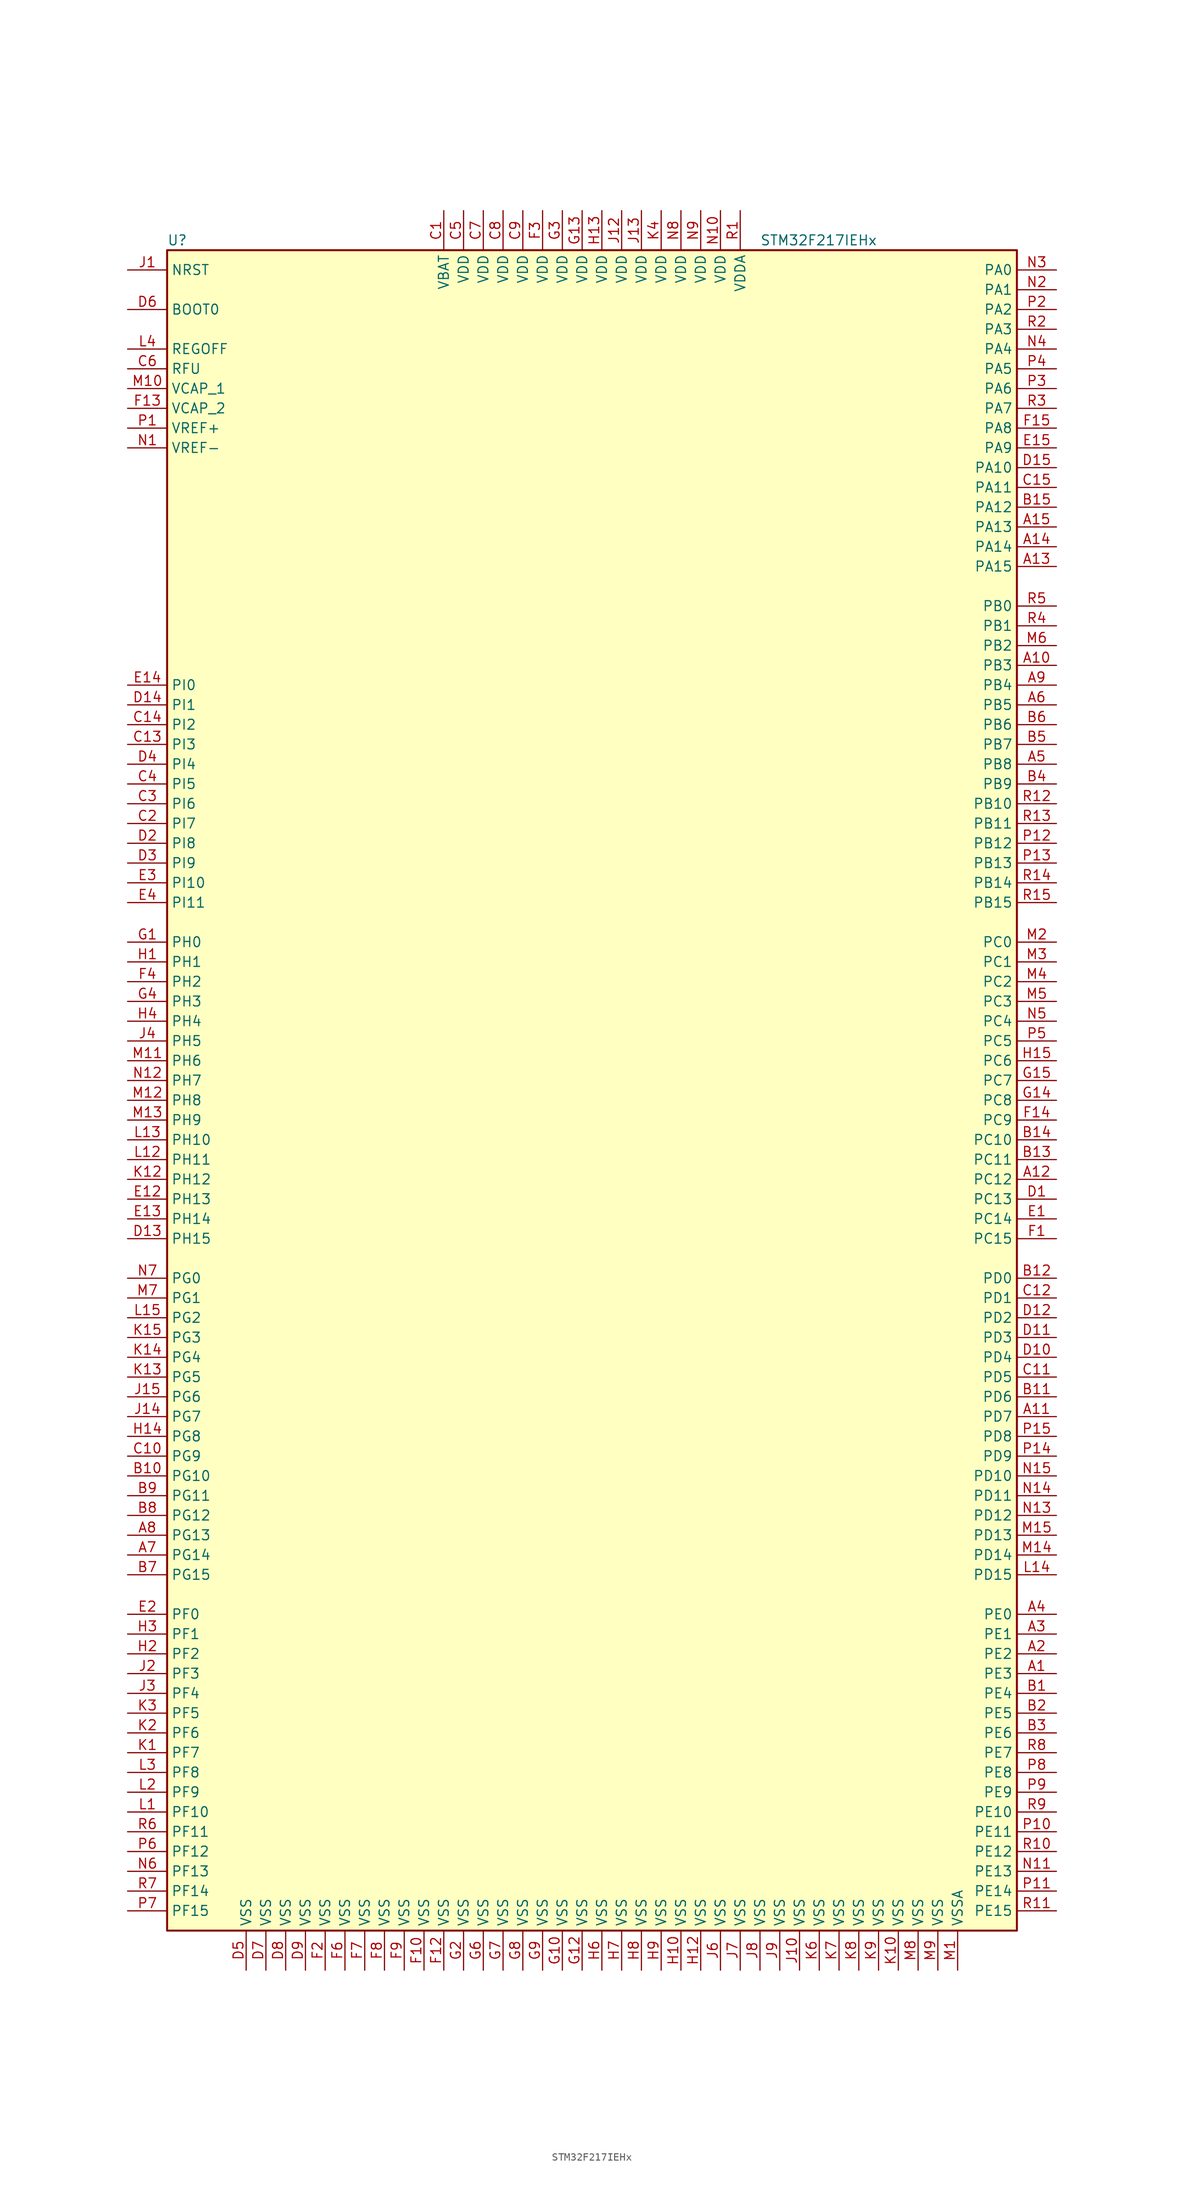
<source format=kicad_sym>
(kicad_symbol_lib
  (version 20201005)
  (generator kicad_symbol_editor)
  (symbol "STM32F217IEHx"
    (property "Reference" "U"
      (at -55.88 107.95 0)
      (effects (font (size 1.27 1.27)) (justify left)))
    (property "Value" "STM32F217IEHx"
      (at 20.32 107.95 0)
      (effects (font (size 1.27 1.27)) (justify left)))
    (symbol "STM32F217IEHx_0_1"
      (rectangle (start -55.88 -109.22) (end 53.34 106.68) (stroke (width 0.254)) (fill (type background))))
    (symbol "STM32F217IEHx_1_1"
      (pin bidirectional line (at 58.42 -76.2 180) (length 5.08) (name "PE3" (effects (font (size 1.27 1.27)))) (number "A1" (effects (font (size 1.27 1.27)))))
      (pin bidirectional line (at 58.42 53.34 180) (length 5.08) (name "PB3" (effects (font (size 1.27 1.27)))) (number "A10" (effects (font (size 1.27 1.27)))))
      (pin bidirectional line (at 58.42 -43.18 180) (length 5.08) (name "PD7" (effects (font (size 1.27 1.27)))) (number "A11" (effects (font (size 1.27 1.27)))))
      (pin bidirectional line (at 58.42 -12.7 180) (length 5.08) (name "PC12" (effects (font (size 1.27 1.27)))) (number "A12" (effects (font (size 1.27 1.27)))))
      (pin bidirectional line (at 58.42 66.04 180) (length 5.08) (name "PA15" (effects (font (size 1.27 1.27)))) (number "A13" (effects (font (size 1.27 1.27)))))
      (pin bidirectional line (at 58.42 68.58 180) (length 5.08) (name "PA14" (effects (font (size 1.27 1.27)))) (number "A14" (effects (font (size 1.27 1.27)))))
      (pin bidirectional line (at 58.42 71.12 180) (length 5.08) (name "PA13" (effects (font (size 1.27 1.27)))) (number "A15" (effects (font (size 1.27 1.27)))))
      (pin bidirectional line (at 58.42 -73.66 180) (length 5.08) (name "PE2" (effects (font (size 1.27 1.27)))) (number "A2" (effects (font (size 1.27 1.27)))))
      (pin bidirectional line (at 58.42 -71.12 180) (length 5.08) (name "PE1" (effects (font (size 1.27 1.27)))) (number "A3" (effects (font (size 1.27 1.27)))))
      (pin bidirectional line (at 58.42 -68.58 180) (length 5.08) (name "PE0" (effects (font (size 1.27 1.27)))) (number "A4" (effects (font (size 1.27 1.27)))))
      (pin bidirectional line (at 58.42 40.64 180) (length 5.08) (name "PB8" (effects (font (size 1.27 1.27)))) (number "A5" (effects (font (size 1.27 1.27)))))
      (pin bidirectional line (at 58.42 48.26 180) (length 5.08) (name "PB5" (effects (font (size 1.27 1.27)))) (number "A6" (effects (font (size 1.27 1.27)))))
      (pin bidirectional line (at -60.96 -60.96 0) (length 5.08) (name "PG14" (effects (font (size 1.27 1.27)))) (number "A7" (effects (font (size 1.27 1.27)))))
      (pin bidirectional line (at -60.96 -58.42 0) (length 5.08) (name "PG13" (effects (font (size 1.27 1.27)))) (number "A8" (effects (font (size 1.27 1.27)))))
      (pin bidirectional line (at 58.42 50.8 180) (length 5.08) (name "PB4" (effects (font (size 1.27 1.27)))) (number "A9" (effects (font (size 1.27 1.27)))))
      (pin bidirectional line (at 58.42 -78.74 180) (length 5.08) (name "PE4" (effects (font (size 1.27 1.27)))) (number "B1" (effects (font (size 1.27 1.27)))))
      (pin bidirectional line (at -60.96 -50.8 0) (length 5.08) (name "PG10" (effects (font (size 1.27 1.27)))) (number "B10" (effects (font (size 1.27 1.27)))))
      (pin bidirectional line (at 58.42 -40.64 180) (length 5.08) (name "PD6" (effects (font (size 1.27 1.27)))) (number "B11" (effects (font (size 1.27 1.27)))))
      (pin bidirectional line (at 58.42 -25.4 180) (length 5.08) (name "PD0" (effects (font (size 1.27 1.27)))) (number "B12" (effects (font (size 1.27 1.27)))))
      (pin bidirectional line (at 58.42 -10.16 180) (length 5.08) (name "PC11" (effects (font (size 1.27 1.27)))) (number "B13" (effects (font (size 1.27 1.27)))))
      (pin bidirectional line (at 58.42 -7.62 180) (length 5.08) (name "PC10" (effects (font (size 1.27 1.27)))) (number "B14" (effects (font (size 1.27 1.27)))))
      (pin bidirectional line (at 58.42 73.66 180) (length 5.08) (name "PA12" (effects (font (size 1.27 1.27)))) (number "B15" (effects (font (size 1.27 1.27)))))
      (pin bidirectional line (at 58.42 -81.28 180) (length 5.08) (name "PE5" (effects (font (size 1.27 1.27)))) (number "B2" (effects (font (size 1.27 1.27)))))
      (pin bidirectional line (at 58.42 -83.82 180) (length 5.08) (name "PE6" (effects (font (size 1.27 1.27)))) (number "B3" (effects (font (size 1.27 1.27)))))
      (pin bidirectional line (at 58.42 38.1 180) (length 5.08) (name "PB9" (effects (font (size 1.27 1.27)))) (number "B4" (effects (font (size 1.27 1.27)))))
      (pin bidirectional line (at 58.42 43.18 180) (length 5.08) (name "PB7" (effects (font (size 1.27 1.27)))) (number "B5" (effects (font (size 1.27 1.27)))))
      (pin bidirectional line (at 58.42 45.72 180) (length 5.08) (name "PB6" (effects (font (size 1.27 1.27)))) (number "B6" (effects (font (size 1.27 1.27)))))
      (pin bidirectional line (at -60.96 -63.5 0) (length 5.08) (name "PG15" (effects (font (size 1.27 1.27)))) (number "B7" (effects (font (size 1.27 1.27)))))
      (pin bidirectional line (at -60.96 -55.88 0) (length 5.08) (name "PG12" (effects (font (size 1.27 1.27)))) (number "B8" (effects (font (size 1.27 1.27)))))
      (pin bidirectional line (at -60.96 -53.34 0) (length 5.08) (name "PG11" (effects (font (size 1.27 1.27)))) (number "B9" (effects (font (size 1.27 1.27)))))
      (pin power_in line (at -20.32 111.76 270) (length 5.08) (name "VBAT" (effects (font (size 1.27 1.27)))) (number "C1" (effects (font (size 1.27 1.27)))))
      (pin bidirectional line (at -60.96 -48.26 0) (length 5.08) (name "PG9" (effects (font (size 1.27 1.27)))) (number "C10" (effects (font (size 1.27 1.27)))))
      (pin bidirectional line (at 58.42 -38.1 180) (length 5.08) (name "PD5" (effects (font (size 1.27 1.27)))) (number "C11" (effects (font (size 1.27 1.27)))))
      (pin bidirectional line (at 58.42 -27.94 180) (length 5.08) (name "PD1" (effects (font (size 1.27 1.27)))) (number "C12" (effects (font (size 1.27 1.27)))))
      (pin bidirectional line (at -60.96 43.18 0) (length 5.08) (name "PI3" (effects (font (size 1.27 1.27)))) (number "C13" (effects (font (size 1.27 1.27)))))
      (pin bidirectional line (at -60.96 45.72 0) (length 5.08) (name "PI2" (effects (font (size 1.27 1.27)))) (number "C14" (effects (font (size 1.27 1.27)))))
      (pin bidirectional line (at 58.42 76.2 180) (length 5.08) (name "PA11" (effects (font (size 1.27 1.27)))) (number "C15" (effects (font (size 1.27 1.27)))))
      (pin bidirectional line (at -60.96 33.02 0) (length 5.08) (name "PI7" (effects (font (size 1.27 1.27)))) (number "C2" (effects (font (size 1.27 1.27)))))
      (pin bidirectional line (at -60.96 35.56 0) (length 5.08) (name "PI6" (effects (font (size 1.27 1.27)))) (number "C3" (effects (font (size 1.27 1.27)))))
      (pin bidirectional line (at -60.96 38.1 0) (length 5.08) (name "PI5" (effects (font (size 1.27 1.27)))) (number "C4" (effects (font (size 1.27 1.27)))))
      (pin power_in line (at -17.78 111.76 270) (length 5.08) (name "VDD" (effects (font (size 1.27 1.27)))) (number "C5" (effects (font (size 1.27 1.27)))))
      (pin power_in line (at -60.96 91.44 0) (length 5.08) (name "RFU" (effects (font (size 1.27 1.27)))) (number "C6" (effects (font (size 1.27 1.27)))))
      (pin power_in line (at -15.24 111.76 270) (length 5.08) (name "VDD" (effects (font (size 1.27 1.27)))) (number "C7" (effects (font (size 1.27 1.27)))))
      (pin power_in line (at -12.7 111.76 270) (length 5.08) (name "VDD" (effects (font (size 1.27 1.27)))) (number "C8" (effects (font (size 1.27 1.27)))))
      (pin power_in line (at -10.16 111.76 270) (length 5.08) (name "VDD" (effects (font (size 1.27 1.27)))) (number "C9" (effects (font (size 1.27 1.27)))))
      (pin bidirectional line (at 58.42 -15.24 180) (length 5.08) (name "PC13" (effects (font (size 1.27 1.27)))) (number "D1" (effects (font (size 1.27 1.27)))))
      (pin bidirectional line (at 58.42 -35.56 180) (length 5.08) (name "PD4" (effects (font (size 1.27 1.27)))) (number "D10" (effects (font (size 1.27 1.27)))))
      (pin bidirectional line (at 58.42 -33.02 180) (length 5.08) (name "PD3" (effects (font (size 1.27 1.27)))) (number "D11" (effects (font (size 1.27 1.27)))))
      (pin bidirectional line (at 58.42 -30.48 180) (length 5.08) (name "PD2" (effects (font (size 1.27 1.27)))) (number "D12" (effects (font (size 1.27 1.27)))))
      (pin bidirectional line (at -60.96 -20.32 0) (length 5.08) (name "PH15" (effects (font (size 1.27 1.27)))) (number "D13" (effects (font (size 1.27 1.27)))))
      (pin bidirectional line (at -60.96 48.26 0) (length 5.08) (name "PI1" (effects (font (size 1.27 1.27)))) (number "D14" (effects (font (size 1.27 1.27)))))
      (pin bidirectional line (at 58.42 78.74 180) (length 5.08) (name "PA10" (effects (font (size 1.27 1.27)))) (number "D15" (effects (font (size 1.27 1.27)))))
      (pin bidirectional line (at -60.96 30.48 0) (length 5.08) (name "PI8" (effects (font (size 1.27 1.27)))) (number "D2" (effects (font (size 1.27 1.27)))))
      (pin bidirectional line (at -60.96 27.94 0) (length 5.08) (name "PI9" (effects (font (size 1.27 1.27)))) (number "D3" (effects (font (size 1.27 1.27)))))
      (pin bidirectional line (at -60.96 40.64 0) (length 5.08) (name "PI4" (effects (font (size 1.27 1.27)))) (number "D4" (effects (font (size 1.27 1.27)))))
      (pin power_in line (at -45.72 -114.3 90) (length 5.08) (name "VSS" (effects (font (size 1.27 1.27)))) (number "D5" (effects (font (size 1.27 1.27)))))
      (pin input line (at -60.96 99.06 0) (length 5.08) (name "BOOT0" (effects (font (size 1.27 1.27)))) (number "D6" (effects (font (size 1.27 1.27)))))
      (pin power_in line (at -43.18 -114.3 90) (length 5.08) (name "VSS" (effects (font (size 1.27 1.27)))) (number "D7" (effects (font (size 1.27 1.27)))))
      (pin power_in line (at -40.64 -114.3 90) (length 5.08) (name "VSS" (effects (font (size 1.27 1.27)))) (number "D8" (effects (font (size 1.27 1.27)))))
      (pin power_in line (at -38.1 -114.3 90) (length 5.08) (name "VSS" (effects (font (size 1.27 1.27)))) (number "D9" (effects (font (size 1.27 1.27)))))
      (pin bidirectional line (at 58.42 -17.78 180) (length 5.08) (name "PC14" (effects (font (size 1.27 1.27)))) (number "E1" (effects (font (size 1.27 1.27)))))
      (pin bidirectional line (at -60.96 -15.24 0) (length 5.08) (name "PH13" (effects (font (size 1.27 1.27)))) (number "E12" (effects (font (size 1.27 1.27)))))
      (pin bidirectional line (at -60.96 -17.78 0) (length 5.08) (name "PH14" (effects (font (size 1.27 1.27)))) (number "E13" (effects (font (size 1.27 1.27)))))
      (pin bidirectional line (at -60.96 50.8 0) (length 5.08) (name "PI0" (effects (font (size 1.27 1.27)))) (number "E14" (effects (font (size 1.27 1.27)))))
      (pin bidirectional line (at 58.42 81.28 180) (length 5.08) (name "PA9" (effects (font (size 1.27 1.27)))) (number "E15" (effects (font (size 1.27 1.27)))))
      (pin bidirectional line (at -60.96 -68.58 0) (length 5.08) (name "PF0" (effects (font (size 1.27 1.27)))) (number "E2" (effects (font (size 1.27 1.27)))))
      (pin bidirectional line (at -60.96 25.4 0) (length 5.08) (name "PI10" (effects (font (size 1.27 1.27)))) (number "E3" (effects (font (size 1.27 1.27)))))
      (pin bidirectional line (at -60.96 22.86 0) (length 5.08) (name "PI11" (effects (font (size 1.27 1.27)))) (number "E4" (effects (font (size 1.27 1.27)))))
      (pin bidirectional line (at 58.42 -20.32 180) (length 5.08) (name "PC15" (effects (font (size 1.27 1.27)))) (number "F1" (effects (font (size 1.27 1.27)))))
      (pin power_in line (at -22.86 -114.3 90) (length 5.08) (name "VSS" (effects (font (size 1.27 1.27)))) (number "F10" (effects (font (size 1.27 1.27)))))
      (pin power_in line (at -20.32 -114.3 90) (length 5.08) (name "VSS" (effects (font (size 1.27 1.27)))) (number "F12" (effects (font (size 1.27 1.27)))))
      (pin power_in line (at -60.96 86.36 0) (length 5.08) (name "VCAP_2" (effects (font (size 1.27 1.27)))) (number "F13" (effects (font (size 1.27 1.27)))))
      (pin bidirectional line (at 58.42 -5.08 180) (length 5.08) (name "PC9" (effects (font (size 1.27 1.27)))) (number "F14" (effects (font (size 1.27 1.27)))))
      (pin bidirectional line (at 58.42 83.82 180) (length 5.08) (name "PA8" (effects (font (size 1.27 1.27)))) (number "F15" (effects (font (size 1.27 1.27)))))
      (pin power_in line (at -35.56 -114.3 90) (length 5.08) (name "VSS" (effects (font (size 1.27 1.27)))) (number "F2" (effects (font (size 1.27 1.27)))))
      (pin power_in line (at -7.62 111.76 270) (length 5.08) (name "VDD" (effects (font (size 1.27 1.27)))) (number "F3" (effects (font (size 1.27 1.27)))))
      (pin bidirectional line (at -60.96 12.7 0) (length 5.08) (name "PH2" (effects (font (size 1.27 1.27)))) (number "F4" (effects (font (size 1.27 1.27)))))
      (pin power_in line (at -33.02 -114.3 90) (length 5.08) (name "VSS" (effects (font (size 1.27 1.27)))) (number "F6" (effects (font (size 1.27 1.27)))))
      (pin power_in line (at -30.48 -114.3 90) (length 5.08) (name "VSS" (effects (font (size 1.27 1.27)))) (number "F7" (effects (font (size 1.27 1.27)))))
      (pin power_in line (at -27.94 -114.3 90) (length 5.08) (name "VSS" (effects (font (size 1.27 1.27)))) (number "F8" (effects (font (size 1.27 1.27)))))
      (pin power_in line (at -25.4 -114.3 90) (length 5.08) (name "VSS" (effects (font (size 1.27 1.27)))) (number "F9" (effects (font (size 1.27 1.27)))))
      (pin input line (at -60.96 17.78 0) (length 5.08) (name "PH0" (effects (font (size 1.27 1.27)))) (number "G1" (effects (font (size 1.27 1.27)))))
      (pin power_in line (at -5.08 -114.3 90) (length 5.08) (name "VSS" (effects (font (size 1.27 1.27)))) (number "G10" (effects (font (size 1.27 1.27)))))
      (pin power_in line (at -2.54 -114.3 90) (length 5.08) (name "VSS" (effects (font (size 1.27 1.27)))) (number "G12" (effects (font (size 1.27 1.27)))))
      (pin power_in line (at -2.54 111.76 270) (length 5.08) (name "VDD" (effects (font (size 1.27 1.27)))) (number "G13" (effects (font (size 1.27 1.27)))))
      (pin bidirectional line (at 58.42 -2.54 180) (length 5.08) (name "PC8" (effects (font (size 1.27 1.27)))) (number "G14" (effects (font (size 1.27 1.27)))))
      (pin bidirectional line (at 58.42 0 180) (length 5.08) (name "PC7" (effects (font (size 1.27 1.27)))) (number "G15" (effects (font (size 1.27 1.27)))))
      (pin power_in line (at -17.78 -114.3 90) (length 5.08) (name "VSS" (effects (font (size 1.27 1.27)))) (number "G2" (effects (font (size 1.27 1.27)))))
      (pin power_in line (at -5.08 111.76 270) (length 5.08) (name "VDD" (effects (font (size 1.27 1.27)))) (number "G3" (effects (font (size 1.27 1.27)))))
      (pin bidirectional line (at -60.96 10.16 0) (length 5.08) (name "PH3" (effects (font (size 1.27 1.27)))) (number "G4" (effects (font (size 1.27 1.27)))))
      (pin power_in line (at -15.24 -114.3 90) (length 5.08) (name "VSS" (effects (font (size 1.27 1.27)))) (number "G6" (effects (font (size 1.27 1.27)))))
      (pin power_in line (at -12.7 -114.3 90) (length 5.08) (name "VSS" (effects (font (size 1.27 1.27)))) (number "G7" (effects (font (size 1.27 1.27)))))
      (pin power_in line (at -10.16 -114.3 90) (length 5.08) (name "VSS" (effects (font (size 1.27 1.27)))) (number "G8" (effects (font (size 1.27 1.27)))))
      (pin power_in line (at -7.62 -114.3 90) (length 5.08) (name "VSS" (effects (font (size 1.27 1.27)))) (number "G9" (effects (font (size 1.27 1.27)))))
      (pin input line (at -60.96 15.24 0) (length 5.08) (name "PH1" (effects (font (size 1.27 1.27)))) (number "H1" (effects (font (size 1.27 1.27)))))
      (pin power_in line (at 10.16 -114.3 90) (length 5.08) (name "VSS" (effects (font (size 1.27 1.27)))) (number "H10" (effects (font (size 1.27 1.27)))))
      (pin power_in line (at 12.7 -114.3 90) (length 5.08) (name "VSS" (effects (font (size 1.27 1.27)))) (number "H12" (effects (font (size 1.27 1.27)))))
      (pin power_in line (at 0 111.76 270) (length 5.08) (name "VDD" (effects (font (size 1.27 1.27)))) (number "H13" (effects (font (size 1.27 1.27)))))
      (pin bidirectional line (at -60.96 -45.72 0) (length 5.08) (name "PG8" (effects (font (size 1.27 1.27)))) (number "H14" (effects (font (size 1.27 1.27)))))
      (pin bidirectional line (at 58.42 2.54 180) (length 5.08) (name "PC6" (effects (font (size 1.27 1.27)))) (number "H15" (effects (font (size 1.27 1.27)))))
      (pin bidirectional line (at -60.96 -73.66 0) (length 5.08) (name "PF2" (effects (font (size 1.27 1.27)))) (number "H2" (effects (font (size 1.27 1.27)))))
      (pin bidirectional line (at -60.96 -71.12 0) (length 5.08) (name "PF1" (effects (font (size 1.27 1.27)))) (number "H3" (effects (font (size 1.27 1.27)))))
      (pin bidirectional line (at -60.96 7.62 0) (length 5.08) (name "PH4" (effects (font (size 1.27 1.27)))) (number "H4" (effects (font (size 1.27 1.27)))))
      (pin power_in line (at 0 -114.3 90) (length 5.08) (name "VSS" (effects (font (size 1.27 1.27)))) (number "H6" (effects (font (size 1.27 1.27)))))
      (pin power_in line (at 2.54 -114.3 90) (length 5.08) (name "VSS" (effects (font (size 1.27 1.27)))) (number "H7" (effects (font (size 1.27 1.27)))))
      (pin power_in line (at 5.08 -114.3 90) (length 5.08) (name "VSS" (effects (font (size 1.27 1.27)))) (number "H8" (effects (font (size 1.27 1.27)))))
      (pin power_in line (at 7.62 -114.3 90) (length 5.08) (name "VSS" (effects (font (size 1.27 1.27)))) (number "H9" (effects (font (size 1.27 1.27)))))
      (pin input line (at -60.96 104.14 0) (length 5.08) (name "NRST" (effects (font (size 1.27 1.27)))) (number "J1" (effects (font (size 1.27 1.27)))))
      (pin power_in line (at 25.4 -114.3 90) (length 5.08) (name "VSS" (effects (font (size 1.27 1.27)))) (number "J10" (effects (font (size 1.27 1.27)))))
      (pin power_in line (at 2.54 111.76 270) (length 5.08) (name "VDD" (effects (font (size 1.27 1.27)))) (number "J12" (effects (font (size 1.27 1.27)))))
      (pin power_in line (at 5.08 111.76 270) (length 5.08) (name "VDD" (effects (font (size 1.27 1.27)))) (number "J13" (effects (font (size 1.27 1.27)))))
      (pin bidirectional line (at -60.96 -43.18 0) (length 5.08) (name "PG7" (effects (font (size 1.27 1.27)))) (number "J14" (effects (font (size 1.27 1.27)))))
      (pin bidirectional line (at -60.96 -40.64 0) (length 5.08) (name "PG6" (effects (font (size 1.27 1.27)))) (number "J15" (effects (font (size 1.27 1.27)))))
      (pin bidirectional line (at -60.96 -76.2 0) (length 5.08) (name "PF3" (effects (font (size 1.27 1.27)))) (number "J2" (effects (font (size 1.27 1.27)))))
      (pin bidirectional line (at -60.96 -78.74 0) (length 5.08) (name "PF4" (effects (font (size 1.27 1.27)))) (number "J3" (effects (font (size 1.27 1.27)))))
      (pin bidirectional line (at -60.96 5.08 0) (length 5.08) (name "PH5" (effects (font (size 1.27 1.27)))) (number "J4" (effects (font (size 1.27 1.27)))))
      (pin power_in line (at 15.24 -114.3 90) (length 5.08) (name "VSS" (effects (font (size 1.27 1.27)))) (number "J6" (effects (font (size 1.27 1.27)))))
      (pin power_in line (at 17.78 -114.3 90) (length 5.08) (name "VSS" (effects (font (size 1.27 1.27)))) (number "J7" (effects (font (size 1.27 1.27)))))
      (pin power_in line (at 20.32 -114.3 90) (length 5.08) (name "VSS" (effects (font (size 1.27 1.27)))) (number "J8" (effects (font (size 1.27 1.27)))))
      (pin power_in line (at 22.86 -114.3 90) (length 5.08) (name "VSS" (effects (font (size 1.27 1.27)))) (number "J9" (effects (font (size 1.27 1.27)))))
      (pin bidirectional line (at -60.96 -86.36 0) (length 5.08) (name "PF7" (effects (font (size 1.27 1.27)))) (number "K1" (effects (font (size 1.27 1.27)))))
      (pin power_in line (at 38.1 -114.3 90) (length 5.08) (name "VSS" (effects (font (size 1.27 1.27)))) (number "K10" (effects (font (size 1.27 1.27)))))
      (pin bidirectional line (at -60.96 -12.7 0) (length 5.08) (name "PH12" (effects (font (size 1.27 1.27)))) (number "K12" (effects (font (size 1.27 1.27)))))
      (pin bidirectional line (at -60.96 -38.1 0) (length 5.08) (name "PG5" (effects (font (size 1.27 1.27)))) (number "K13" (effects (font (size 1.27 1.27)))))
      (pin bidirectional line (at -60.96 -35.56 0) (length 5.08) (name "PG4" (effects (font (size 1.27 1.27)))) (number "K14" (effects (font (size 1.27 1.27)))))
      (pin bidirectional line (at -60.96 -33.02 0) (length 5.08) (name "PG3" (effects (font (size 1.27 1.27)))) (number "K15" (effects (font (size 1.27 1.27)))))
      (pin bidirectional line (at -60.96 -83.82 0) (length 5.08) (name "PF6" (effects (font (size 1.27 1.27)))) (number "K2" (effects (font (size 1.27 1.27)))))
      (pin bidirectional line (at -60.96 -81.28 0) (length 5.08) (name "PF5" (effects (font (size 1.27 1.27)))) (number "K3" (effects (font (size 1.27 1.27)))))
      (pin power_in line (at 7.62 111.76 270) (length 5.08) (name "VDD" (effects (font (size 1.27 1.27)))) (number "K4" (effects (font (size 1.27 1.27)))))
      (pin power_in line (at 27.94 -114.3 90) (length 5.08) (name "VSS" (effects (font (size 1.27 1.27)))) (number "K6" (effects (font (size 1.27 1.27)))))
      (pin power_in line (at 30.48 -114.3 90) (length 5.08) (name "VSS" (effects (font (size 1.27 1.27)))) (number "K7" (effects (font (size 1.27 1.27)))))
      (pin power_in line (at 33.02 -114.3 90) (length 5.08) (name "VSS" (effects (font (size 1.27 1.27)))) (number "K8" (effects (font (size 1.27 1.27)))))
      (pin power_in line (at 35.56 -114.3 90) (length 5.08) (name "VSS" (effects (font (size 1.27 1.27)))) (number "K9" (effects (font (size 1.27 1.27)))))
      (pin bidirectional line (at -60.96 -93.98 0) (length 5.08) (name "PF10" (effects (font (size 1.27 1.27)))) (number "L1" (effects (font (size 1.27 1.27)))))
      (pin bidirectional line (at -60.96 -10.16 0) (length 5.08) (name "PH11" (effects (font (size 1.27 1.27)))) (number "L12" (effects (font (size 1.27 1.27)))))
      (pin bidirectional line (at -60.96 -7.62 0) (length 5.08) (name "PH10" (effects (font (size 1.27 1.27)))) (number "L13" (effects (font (size 1.27 1.27)))))
      (pin bidirectional line (at 58.42 -63.5 180) (length 5.08) (name "PD15" (effects (font (size 1.27 1.27)))) (number "L14" (effects (font (size 1.27 1.27)))))
      (pin bidirectional line (at -60.96 -30.48 0) (length 5.08) (name "PG2" (effects (font (size 1.27 1.27)))) (number "L15" (effects (font (size 1.27 1.27)))))
      (pin bidirectional line (at -60.96 -91.44 0) (length 5.08) (name "PF9" (effects (font (size 1.27 1.27)))) (number "L2" (effects (font (size 1.27 1.27)))))
      (pin bidirectional line (at -60.96 -88.9 0) (length 5.08) (name "PF8" (effects (font (size 1.27 1.27)))) (number "L3" (effects (font (size 1.27 1.27)))))
      (pin power_in line (at -60.96 93.98 0) (length 5.08) (name "REGOFF" (effects (font (size 1.27 1.27)))) (number "L4" (effects (font (size 1.27 1.27)))))
      (pin power_in line (at 45.72 -114.3 90) (length 5.08) (name "VSSA" (effects (font (size 1.27 1.27)))) (number "M1" (effects (font (size 1.27 1.27)))))
      (pin power_in line (at -60.96 88.9 0) (length 5.08) (name "VCAP_1" (effects (font (size 1.27 1.27)))) (number "M10" (effects (font (size 1.27 1.27)))))
      (pin bidirectional line (at -60.96 2.54 0) (length 5.08) (name "PH6" (effects (font (size 1.27 1.27)))) (number "M11" (effects (font (size 1.27 1.27)))))
      (pin bidirectional line (at -60.96 -2.54 0) (length 5.08) (name "PH8" (effects (font (size 1.27 1.27)))) (number "M12" (effects (font (size 1.27 1.27)))))
      (pin bidirectional line (at -60.96 -5.08 0) (length 5.08) (name "PH9" (effects (font (size 1.27 1.27)))) (number "M13" (effects (font (size 1.27 1.27)))))
      (pin bidirectional line (at 58.42 -60.96 180) (length 5.08) (name "PD14" (effects (font (size 1.27 1.27)))) (number "M14" (effects (font (size 1.27 1.27)))))
      (pin bidirectional line (at 58.42 -58.42 180) (length 5.08) (name "PD13" (effects (font (size 1.27 1.27)))) (number "M15" (effects (font (size 1.27 1.27)))))
      (pin bidirectional line (at 58.42 17.78 180) (length 5.08) (name "PC0" (effects (font (size 1.27 1.27)))) (number "M2" (effects (font (size 1.27 1.27)))))
      (pin bidirectional line (at 58.42 15.24 180) (length 5.08) (name "PC1" (effects (font (size 1.27 1.27)))) (number "M3" (effects (font (size 1.27 1.27)))))
      (pin bidirectional line (at 58.42 12.7 180) (length 5.08) (name "PC2" (effects (font (size 1.27 1.27)))) (number "M4" (effects (font (size 1.27 1.27)))))
      (pin bidirectional line (at 58.42 10.16 180) (length 5.08) (name "PC3" (effects (font (size 1.27 1.27)))) (number "M5" (effects (font (size 1.27 1.27)))))
      (pin bidirectional line (at 58.42 55.88 180) (length 5.08) (name "PB2" (effects (font (size 1.27 1.27)))) (number "M6" (effects (font (size 1.27 1.27)))))
      (pin bidirectional line (at -60.96 -27.94 0) (length 5.08) (name "PG1" (effects (font (size 1.27 1.27)))) (number "M7" (effects (font (size 1.27 1.27)))))
      (pin power_in line (at 40.64 -114.3 90) (length 5.08) (name "VSS" (effects (font (size 1.27 1.27)))) (number "M8" (effects (font (size 1.27 1.27)))))
      (pin power_in line (at 43.18 -114.3 90) (length 5.08) (name "VSS" (effects (font (size 1.27 1.27)))) (number "M9" (effects (font (size 1.27 1.27)))))
      (pin power_in line (at -60.96 81.28 0) (length 5.08) (name "VREF-" (effects (font (size 1.27 1.27)))) (number "N1" (effects (font (size 1.27 1.27)))))
      (pin power_in line (at 15.24 111.76 270) (length 5.08) (name "VDD" (effects (font (size 1.27 1.27)))) (number "N10" (effects (font (size 1.27 1.27)))))
      (pin bidirectional line (at 58.42 -101.6 180) (length 5.08) (name "PE13" (effects (font (size 1.27 1.27)))) (number "N11" (effects (font (size 1.27 1.27)))))
      (pin bidirectional line (at -60.96 0 0) (length 5.08) (name "PH7" (effects (font (size 1.27 1.27)))) (number "N12" (effects (font (size 1.27 1.27)))))
      (pin bidirectional line (at 58.42 -55.88 180) (length 5.08) (name "PD12" (effects (font (size 1.27 1.27)))) (number "N13" (effects (font (size 1.27 1.27)))))
      (pin bidirectional line (at 58.42 -53.34 180) (length 5.08) (name "PD11" (effects (font (size 1.27 1.27)))) (number "N14" (effects (font (size 1.27 1.27)))))
      (pin bidirectional line (at 58.42 -50.8 180) (length 5.08) (name "PD10" (effects (font (size 1.27 1.27)))) (number "N15" (effects (font (size 1.27 1.27)))))
      (pin bidirectional line (at 58.42 101.6 180) (length 5.08) (name "PA1" (effects (font (size 1.27 1.27)))) (number "N2" (effects (font (size 1.27 1.27)))))
      (pin bidirectional line (at 58.42 104.14 180) (length 5.08) (name "PA0" (effects (font (size 1.27 1.27)))) (number "N3" (effects (font (size 1.27 1.27)))))
      (pin bidirectional line (at 58.42 93.98 180) (length 5.08) (name "PA4" (effects (font (size 1.27 1.27)))) (number "N4" (effects (font (size 1.27 1.27)))))
      (pin bidirectional line (at 58.42 7.62 180) (length 5.08) (name "PC4" (effects (font (size 1.27 1.27)))) (number "N5" (effects (font (size 1.27 1.27)))))
      (pin bidirectional line (at -60.96 -101.6 0) (length 5.08) (name "PF13" (effects (font (size 1.27 1.27)))) (number "N6" (effects (font (size 1.27 1.27)))))
      (pin bidirectional line (at -60.96 -25.4 0) (length 5.08) (name "PG0" (effects (font (size 1.27 1.27)))) (number "N7" (effects (font (size 1.27 1.27)))))
      (pin power_in line (at 10.16 111.76 270) (length 5.08) (name "VDD" (effects (font (size 1.27 1.27)))) (number "N8" (effects (font (size 1.27 1.27)))))
      (pin power_in line (at 12.7 111.76 270) (length 5.08) (name "VDD" (effects (font (size 1.27 1.27)))) (number "N9" (effects (font (size 1.27 1.27)))))
      (pin power_in line (at -60.96 83.82 0) (length 5.08) (name "VREF+" (effects (font (size 1.27 1.27)))) (number "P1" (effects (font (size 1.27 1.27)))))
      (pin bidirectional line (at 58.42 -96.52 180) (length 5.08) (name "PE11" (effects (font (size 1.27 1.27)))) (number "P10" (effects (font (size 1.27 1.27)))))
      (pin bidirectional line (at 58.42 -104.14 180) (length 5.08) (name "PE14" (effects (font (size 1.27 1.27)))) (number "P11" (effects (font (size 1.27 1.27)))))
      (pin bidirectional line (at 58.42 30.48 180) (length 5.08) (name "PB12" (effects (font (size 1.27 1.27)))) (number "P12" (effects (font (size 1.27 1.27)))))
      (pin bidirectional line (at 58.42 27.94 180) (length 5.08) (name "PB13" (effects (font (size 1.27 1.27)))) (number "P13" (effects (font (size 1.27 1.27)))))
      (pin bidirectional line (at 58.42 -48.26 180) (length 5.08) (name "PD9" (effects (font (size 1.27 1.27)))) (number "P14" (effects (font (size 1.27 1.27)))))
      (pin bidirectional line (at 58.42 -45.72 180) (length 5.08) (name "PD8" (effects (font (size 1.27 1.27)))) (number "P15" (effects (font (size 1.27 1.27)))))
      (pin bidirectional line (at 58.42 99.06 180) (length 5.08) (name "PA2" (effects (font (size 1.27 1.27)))) (number "P2" (effects (font (size 1.27 1.27)))))
      (pin bidirectional line (at 58.42 88.9 180) (length 5.08) (name "PA6" (effects (font (size 1.27 1.27)))) (number "P3" (effects (font (size 1.27 1.27)))))
      (pin bidirectional line (at 58.42 91.44 180) (length 5.08) (name "PA5" (effects (font (size 1.27 1.27)))) (number "P4" (effects (font (size 1.27 1.27)))))
      (pin bidirectional line (at 58.42 5.08 180) (length 5.08) (name "PC5" (effects (font (size 1.27 1.27)))) (number "P5" (effects (font (size 1.27 1.27)))))
      (pin bidirectional line (at -60.96 -99.06 0) (length 5.08) (name "PF12" (effects (font (size 1.27 1.27)))) (number "P6" (effects (font (size 1.27 1.27)))))
      (pin bidirectional line (at -60.96 -106.68 0) (length 5.08) (name "PF15" (effects (font (size 1.27 1.27)))) (number "P7" (effects (font (size 1.27 1.27)))))
      (pin bidirectional line (at 58.42 -88.9 180) (length 5.08) (name "PE8" (effects (font (size 1.27 1.27)))) (number "P8" (effects (font (size 1.27 1.27)))))
      (pin bidirectional line (at 58.42 -91.44 180) (length 5.08) (name "PE9" (effects (font (size 1.27 1.27)))) (number "P9" (effects (font (size 1.27 1.27)))))
      (pin power_in line (at 17.78 111.76 270) (length 5.08) (name "VDDA" (effects (font (size 1.27 1.27)))) (number "R1" (effects (font (size 1.27 1.27)))))
      (pin bidirectional line (at 58.42 -99.06 180) (length 5.08) (name "PE12" (effects (font (size 1.27 1.27)))) (number "R10" (effects (font (size 1.27 1.27)))))
      (pin bidirectional line (at 58.42 -106.68 180) (length 5.08) (name "PE15" (effects (font (size 1.27 1.27)))) (number "R11" (effects (font (size 1.27 1.27)))))
      (pin bidirectional line (at 58.42 35.56 180) (length 5.08) (name "PB10" (effects (font (size 1.27 1.27)))) (number "R12" (effects (font (size 1.27 1.27)))))
      (pin bidirectional line (at 58.42 33.02 180) (length 5.08) (name "PB11" (effects (font (size 1.27 1.27)))) (number "R13" (effects (font (size 1.27 1.27)))))
      (pin bidirectional line (at 58.42 25.4 180) (length 5.08) (name "PB14" (effects (font (size 1.27 1.27)))) (number "R14" (effects (font (size 1.27 1.27)))))
      (pin bidirectional line (at 58.42 22.86 180) (length 5.08) (name "PB15" (effects (font (size 1.27 1.27)))) (number "R15" (effects (font (size 1.27 1.27)))))
      (pin bidirectional line (at 58.42 96.52 180) (length 5.08) (name "PA3" (effects (font (size 1.27 1.27)))) (number "R2" (effects (font (size 1.27 1.27)))))
      (pin bidirectional line (at 58.42 86.36 180) (length 5.08) (name "PA7" (effects (font (size 1.27 1.27)))) (number "R3" (effects (font (size 1.27 1.27)))))
      (pin bidirectional line (at 58.42 58.42 180) (length 5.08) (name "PB1" (effects (font (size 1.27 1.27)))) (number "R4" (effects (font (size 1.27 1.27)))))
      (pin bidirectional line (at 58.42 60.96 180) (length 5.08) (name "PB0" (effects (font (size 1.27 1.27)))) (number "R5" (effects (font (size 1.27 1.27)))))
      (pin bidirectional line (at -60.96 -96.52 0) (length 5.08) (name "PF11" (effects (font (size 1.27 1.27)))) (number "R6" (effects (font (size 1.27 1.27)))))
      (pin bidirectional line (at -60.96 -104.14 0) (length 5.08) (name "PF14" (effects (font (size 1.27 1.27)))) (number "R7" (effects (font (size 1.27 1.27)))))
      (pin bidirectional line (at 58.42 -86.36 180) (length 5.08) (name "PE7" (effects (font (size 1.27 1.27)))) (number "R8" (effects (font (size 1.27 1.27)))))
      (pin bidirectional line (at 58.42 -93.98 180) (length 5.08) (name "PE10" (effects (font (size 1.27 1.27)))) (number "R9" (effects (font (size 1.27 1.27))))))))
</source>
